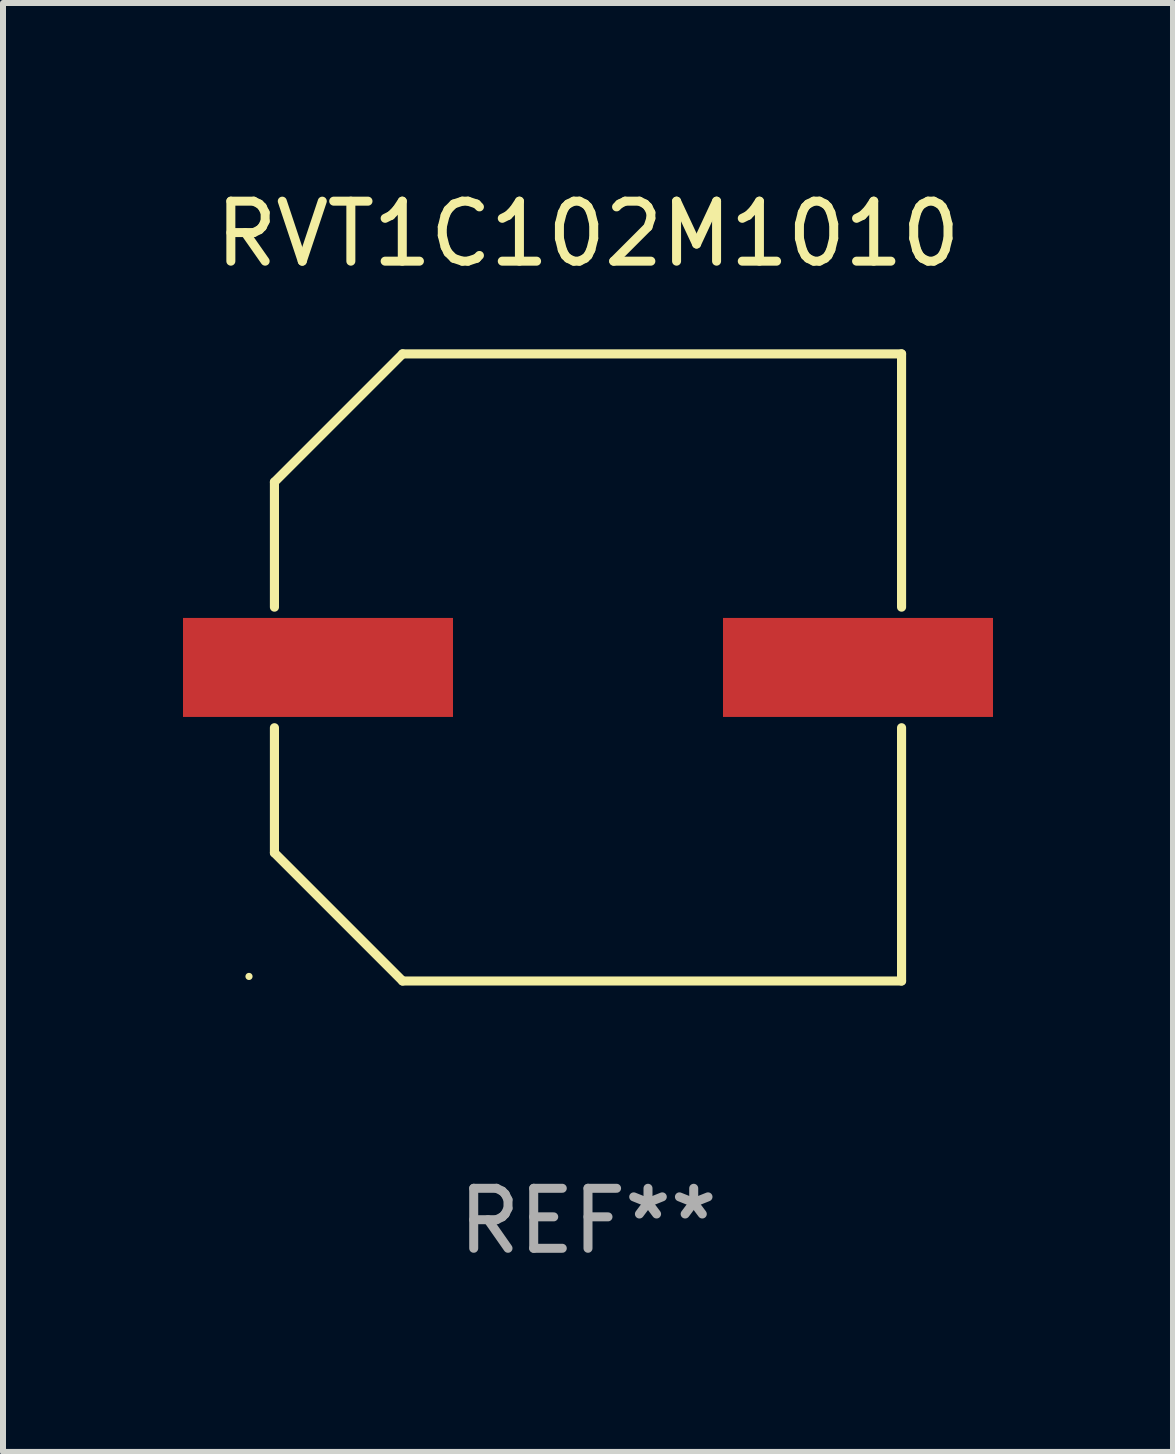
<source format=kicad_pcb>
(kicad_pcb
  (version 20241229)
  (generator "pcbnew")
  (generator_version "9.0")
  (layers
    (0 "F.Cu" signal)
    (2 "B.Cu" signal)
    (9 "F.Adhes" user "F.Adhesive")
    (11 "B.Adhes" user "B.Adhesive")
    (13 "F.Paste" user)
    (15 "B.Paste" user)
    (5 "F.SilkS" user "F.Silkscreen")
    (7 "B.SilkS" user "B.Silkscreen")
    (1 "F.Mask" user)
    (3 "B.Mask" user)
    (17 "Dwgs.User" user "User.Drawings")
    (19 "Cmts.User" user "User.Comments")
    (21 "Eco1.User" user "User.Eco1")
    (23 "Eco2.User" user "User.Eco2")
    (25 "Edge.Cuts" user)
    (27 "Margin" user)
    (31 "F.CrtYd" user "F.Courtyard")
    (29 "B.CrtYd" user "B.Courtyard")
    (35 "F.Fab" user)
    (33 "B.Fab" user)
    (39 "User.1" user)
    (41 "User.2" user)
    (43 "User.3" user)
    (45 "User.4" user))
  (footprint "RVT1C102M1010"
    (layer "F.Cu")
    (at 6.75 8.074)
    (property "Reference" "RVT1C102M1010" (at 0 -7.226 0) (layer "F.SilkS") (effects (font (size 1 1) (thickness 0.15))))
    (attr through_hole)
    (fp_line (start -5.226 -3.09) (end -5.226 -1.005) (stroke (width 0.152) (type solid)) (layer "F.SilkS"))
    (fp_line (start -5.226 1.005) (end -5.226 3.09) (stroke (width 0.152) (type solid)) (layer "F.SilkS"))
    (fp_line (start -3.09 -5.226) (end -5.226 -3.09) (stroke (width 0.152) (type solid)) (layer "F.SilkS"))
    (fp_line (start -3.09 5.226) (end -5.226 3.09) (stroke (width 0.152) (type solid)) (layer "F.SilkS"))
    (fp_line (start 5.226 -5.226) (end -3.09 -5.226) (stroke (width 0.152) (type solid)) (layer "F.SilkS"))
    (fp_line (start 5.226 -1.005) (end 5.226 -5.226) (stroke (width 0.152) (type solid)) (layer "F.SilkS"))
    (fp_line (start 5.226 5.226) (end -3.09 5.226) (stroke (width 0.152) (type solid)) (layer "F.SilkS"))
    (fp_line (start 5.226 5.226) (end 5.226 1.005) (stroke (width 0.152) (type solid)) (layer "F.SilkS"))
    (fp_circle (center -5.65 5.15) (end -5.62 5.15) (stroke (width 0.06) (type solid)) (fill no) (layer "F.SilkS"))
    (fp_text user "REF**" (at 0 9.226 0) (layer "F.Fab") (effects (font (size 1 1) (thickness 0.15))))
    (pad "1" smd rect (at -4.5 0) (size 4.5 1.65) (layers "F.Cu" "F.Mask" "F.Paste"))
    (pad "2" smd rect (at 4.5 0) (size 4.5 1.65) (layers "F.Cu" "F.Mask" "F.Paste")))
  (gr_rect
    (start -3 -3)
    (end 16.5 21.149)
    (stroke (width 0.1) (type default))
    (fill no)
    (layer "Edge.Cuts")))
</source>
